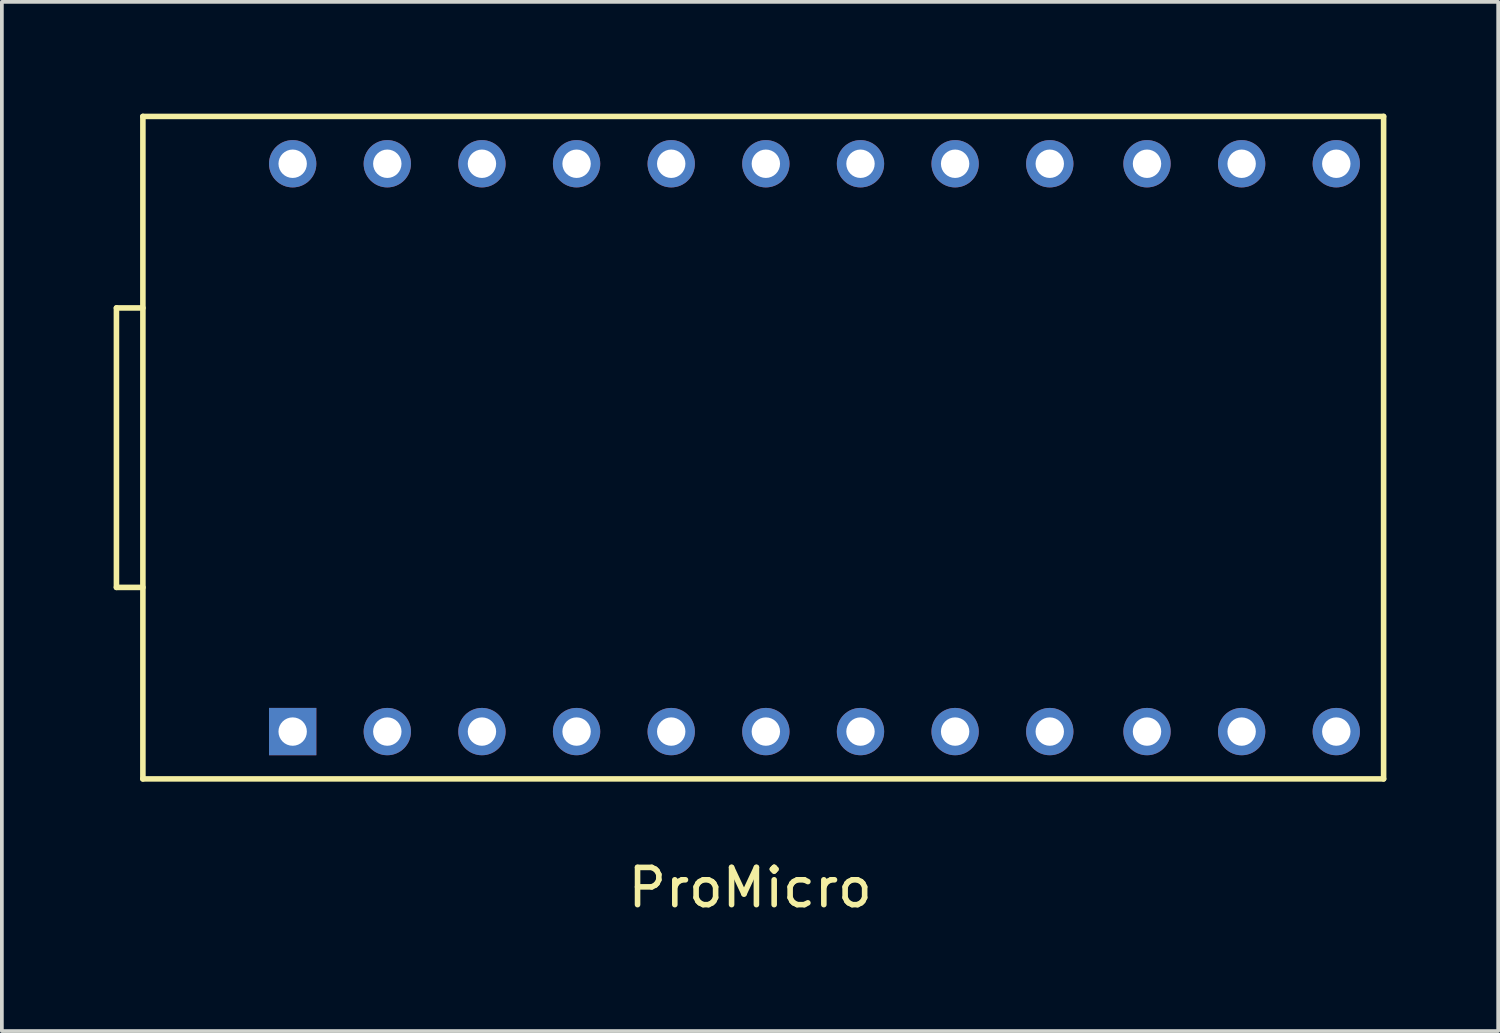
<source format=kicad_pcb>
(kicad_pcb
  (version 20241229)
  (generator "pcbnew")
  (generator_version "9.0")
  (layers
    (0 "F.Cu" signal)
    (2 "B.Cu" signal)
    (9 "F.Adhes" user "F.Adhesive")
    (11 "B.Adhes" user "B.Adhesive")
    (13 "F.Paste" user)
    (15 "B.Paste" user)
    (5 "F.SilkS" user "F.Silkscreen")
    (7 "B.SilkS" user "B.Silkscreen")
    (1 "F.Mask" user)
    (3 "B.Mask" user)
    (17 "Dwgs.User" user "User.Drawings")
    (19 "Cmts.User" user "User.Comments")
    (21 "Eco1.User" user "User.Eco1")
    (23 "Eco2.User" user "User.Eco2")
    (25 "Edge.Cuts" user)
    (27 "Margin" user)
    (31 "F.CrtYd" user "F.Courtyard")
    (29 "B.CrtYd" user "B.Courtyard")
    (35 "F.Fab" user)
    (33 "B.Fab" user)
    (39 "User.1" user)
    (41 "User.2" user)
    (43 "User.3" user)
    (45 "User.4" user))
  (footprint "ProMicro"
    (layer "F.Cu")
    (at 17.435 8.965)
    (property "Reference" "ProMicro" (at -0.35 11.81 0) (layer "F.SilkS") (effects (font (size 1 1) (thickness 0.15))))
    (attr through_hole)
    (fp_line (start -17.36 -3.75) (end -17.36 3.75) (stroke (width 0.15) (type solid)) (layer "F.SilkS"))
    (fp_line (start -17.36 -3.75) (end -16.65 -3.75) (stroke (width 0.15) (type solid)) (layer "F.SilkS"))
    (fp_line (start -17.36 3.75) (end -16.65 3.75) (stroke (width 0.15) (type solid)) (layer "F.SilkS"))
    (fp_line (start -16.65 -8.89) (end -16.65 8.89) (stroke (width 0.15) (type solid)) (layer "F.SilkS"))
    (fp_line (start 16.65 -8.89) (end -16.65 -8.89) (stroke (width 0.15) (type solid)) (layer "F.SilkS"))
    (fp_line (start 16.65 -8.89) (end 16.65 8.89) (stroke (width 0.15) (type solid)) (layer "F.SilkS"))
    (fp_line (start 16.65 8.89) (end -16.65 8.89) (stroke (width 0.15) (type solid)) (layer "F.SilkS"))
    (pad "1" thru_hole rect (at -12.63 7.62) (size 1.27 1.27) (drill 0.762) (layers "*.Cu" "*.Mask"))
    (pad "2" thru_hole circle (at -10.09 7.62) (size 1.27 1.27) (drill 0.762) (layers "*.Cu" "*.Mask"))
    (pad "3" thru_hole circle (at -7.55 7.62) (size 1.27 1.27) (drill 0.762) (layers "*.Cu" "*.Mask"))
    (pad "4" thru_hole circle (at -5.01 7.62) (size 1.27 1.27) (drill 0.762) (layers "*.Cu" "*.Mask"))
    (pad "5" thru_hole circle (at -2.47 7.62) (size 1.27 1.27) (drill 0.762) (layers "*.Cu" "*.Mask"))
    (pad "6" thru_hole circle (at 0.07 7.62) (size 1.27 1.27) (drill 0.762) (layers "*.Cu" "*.Mask"))
    (pad "7" thru_hole circle (at 2.61 7.62) (size 1.27 1.27) (drill 0.762) (layers "*.Cu" "*.Mask"))
    (pad "8" thru_hole circle (at 5.15 7.62) (size 1.27 1.27) (drill 0.762) (layers "*.Cu" "*.Mask"))
    (pad "9" thru_hole circle (at 7.69 7.62) (size 1.27 1.27) (drill 0.762) (layers "*.Cu" "*.Mask"))
    (pad "10" thru_hole circle (at 10.3 7.62) (size 1.27 1.27) (drill 0.762) (layers "*.Cu" "*.Mask"))
    (pad "11" thru_hole circle (at 12.84 7.62) (size 1.27 1.27) (drill 0.762) (layers "*.Cu" "*.Mask"))
    (pad "12" thru_hole circle (at 15.38 7.62) (size 1.27 1.27) (drill 0.762) (layers "*.Cu" "*.Mask"))
    (pad "13" thru_hole circle (at 15.38 -7.62) (size 1.27 1.27) (drill 0.762) (layers "*.Cu" "*.Mask"))
    (pad "14" thru_hole circle (at 12.84 -7.62) (size 1.27 1.27) (drill 0.762) (layers "*.Cu" "*.Mask"))
    (pad "15" thru_hole circle (at 10.3 -7.62) (size 1.27 1.27) (drill 0.762) (layers "*.Cu" "*.Mask"))
    (pad "16" thru_hole circle (at 7.69 -7.62) (size 1.27 1.27) (drill 0.762) (layers "*.Cu" "*.Mask"))
    (pad "17" thru_hole circle (at 5.15 -7.62) (size 1.27 1.27) (drill 0.762) (layers "*.Cu" "*.Mask"))
    (pad "18" thru_hole circle (at 2.61 -7.62) (size 1.27 1.27) (drill 0.762) (layers "*.Cu" "*.Mask"))
    (pad "19" thru_hole circle (at 0.07 -7.62) (size 1.27 1.27) (drill 0.762) (layers "*.Cu" "*.Mask"))
    (pad "20" thru_hole circle (at -2.47 -7.62) (size 1.27 1.27) (drill 0.762) (layers "*.Cu" "*.Mask"))
    (pad "21" thru_hole circle (at -5.01 -7.62) (size 1.27 1.27) (drill 0.762) (layers "*.Cu" "*.Mask"))
    (pad "22" thru_hole circle (at -7.55 -7.62) (size 1.27 1.27) (drill 0.762) (layers "*.Cu" "*.Mask"))
    (pad "23" thru_hole circle (at -10.09 -7.62) (size 1.27 1.27) (drill 0.762) (layers "*.Cu" "*.Mask"))
    (pad "24" thru_hole circle (at -12.63 -7.62) (size 1.27 1.27) (drill 0.762) (layers "*.Cu" "*.Mask")))
  (gr_rect
    (start -3 -3)
    (end 37.16 24.623)
    (stroke (width 0.1) (type default))
    (fill no)
    (layer "Edge.Cuts")))
</source>
